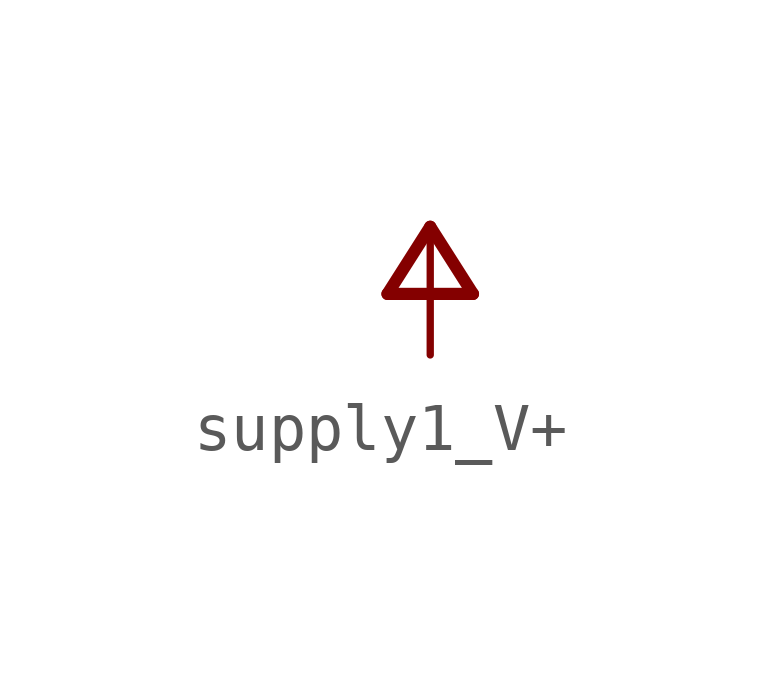
<source format=kicad_sym>
(kicad_symbol_lib
  (version 20241209)
  (generator "kicad_symbol_editor")
  (generator_version "9.0")
  (symbol "supply1_V+"
    (power)
    (property "Reference" "#P+"
      (at 0 0 0)
      (effects (font (size 1.27 1.27)) (hide yes)))
    (property "Value" ""
      (at -2.54 -2.54 90)
      (effects (font (size 1.778 1.511)) (justify left bottom)))
    (property "ki_locked" ""
      (at 0 0 0)
      (effects (font (size 1.27 1.27))))
    (symbol "supply1_V+_1_0"
      (polyline (pts (xy -0.889 -1.27) (xy 0.889 -1.27)) (stroke (width 0.254) (type solid)) (fill (type none)))
      (polyline (pts (xy 0 0.127) (xy -0.889 -1.27)) (stroke (width 0.254) (type solid)) (fill (type none)))
      (polyline (pts (xy 0.889 -1.27) (xy 0 0.127)) (stroke (width 0.254) (type solid)) (fill (type none)))
      (pin power_in line (at 0 -2.54 90) (length 2.54) (name "V+" (effects (font (size 0 0)))) (number "1" (effects (font (size 0 0))))))))
</source>
